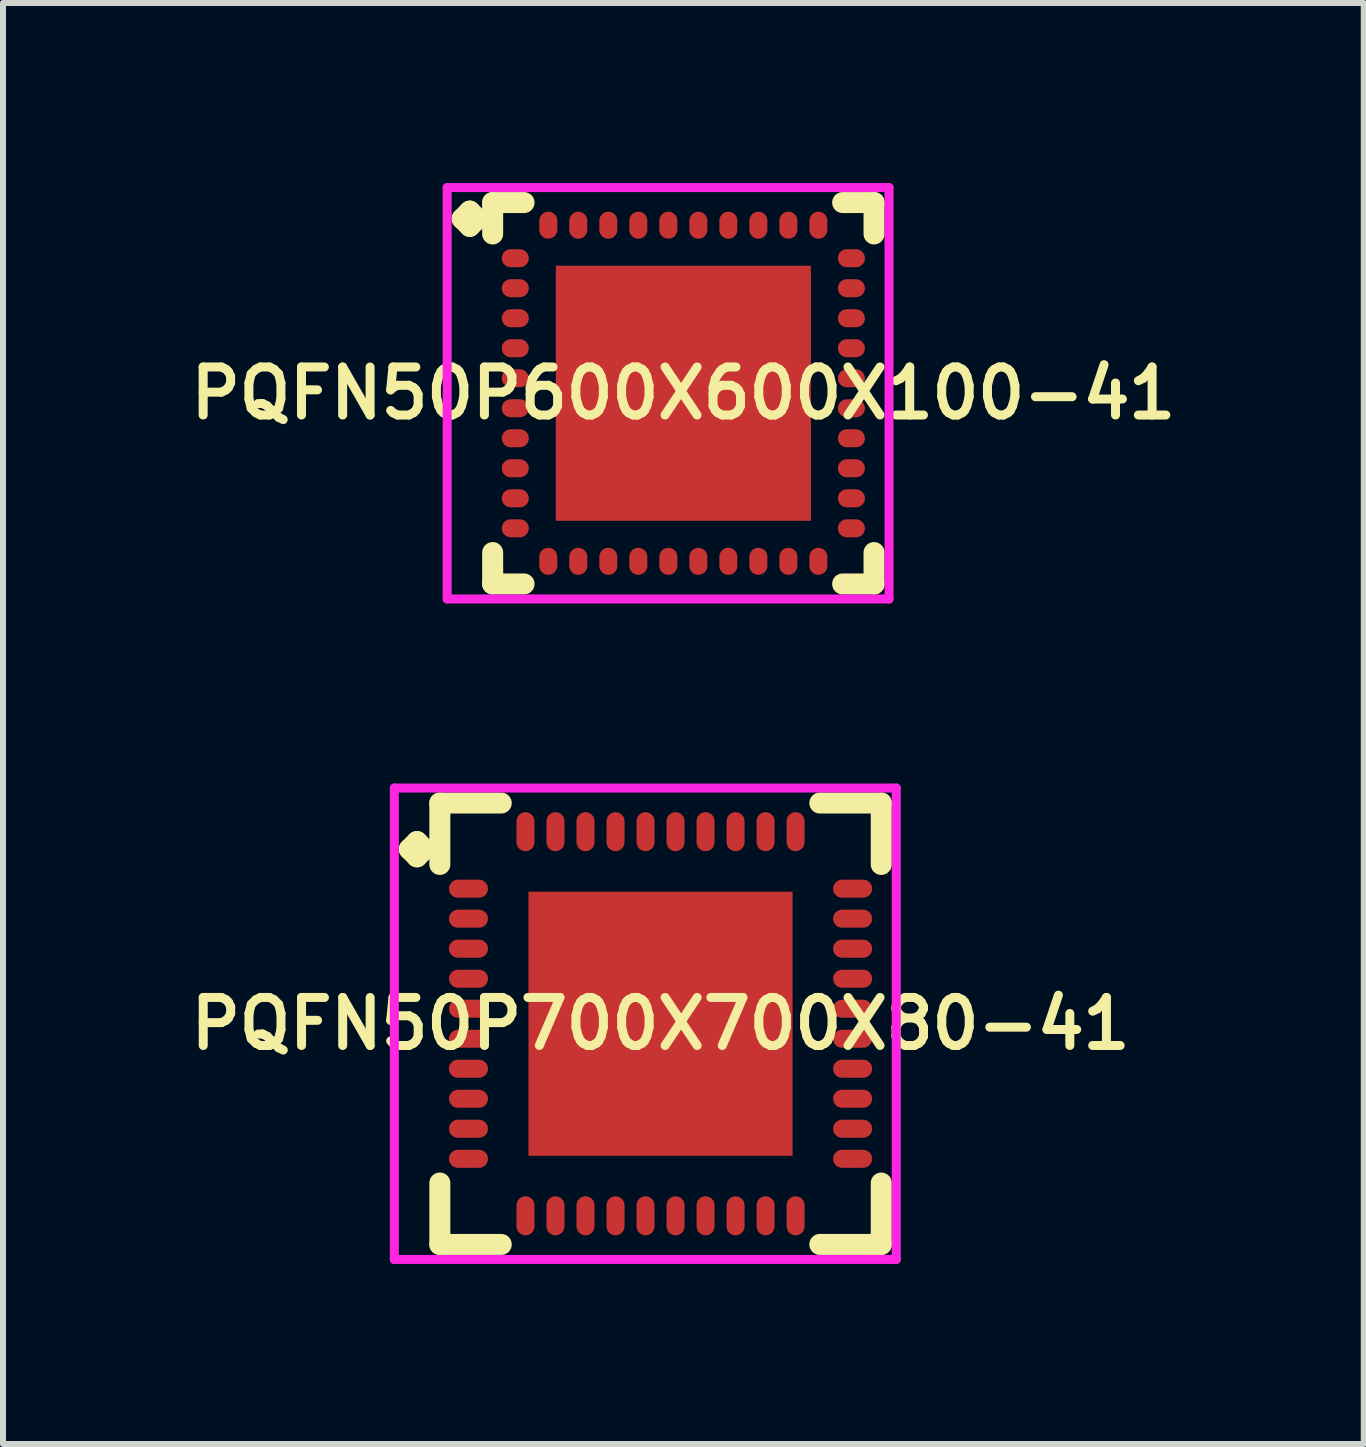
<source format=kicad_pcb>
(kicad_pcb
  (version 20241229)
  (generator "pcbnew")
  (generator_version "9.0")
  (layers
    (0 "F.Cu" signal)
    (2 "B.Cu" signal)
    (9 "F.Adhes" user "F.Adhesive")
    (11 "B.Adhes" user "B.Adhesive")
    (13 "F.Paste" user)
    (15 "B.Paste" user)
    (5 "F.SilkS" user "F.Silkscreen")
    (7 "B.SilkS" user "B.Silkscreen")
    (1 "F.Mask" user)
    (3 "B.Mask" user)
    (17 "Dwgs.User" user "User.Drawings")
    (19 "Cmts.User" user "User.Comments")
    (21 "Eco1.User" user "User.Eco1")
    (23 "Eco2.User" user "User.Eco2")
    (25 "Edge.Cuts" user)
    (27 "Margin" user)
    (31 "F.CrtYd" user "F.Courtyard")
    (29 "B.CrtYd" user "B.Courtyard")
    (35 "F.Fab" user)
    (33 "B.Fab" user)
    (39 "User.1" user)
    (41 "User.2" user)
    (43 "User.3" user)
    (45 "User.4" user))
  (footprint "PQFN50P700X700X80-41"
    (layer "F.Cu")
    (at 7.955 14.006)
    (property "Reference" "PQFN50P700X700X80-41" (at 0 0 0) (layer "F.SilkS") (effects (font (size 0.8 0.8) (thickness 0.15))))
    (attr smd)
    (fp_line (start -4.185 -2.908) (end -4.058 -3.035) (stroke (width 0.35) (type solid)) (layer "F.SilkS"))
    (fp_line (start -4.058 -3.035) (end -3.931 -2.908) (stroke (width 0.35) (type solid)) (layer "F.SilkS"))
    (fp_line (start -4.058 -2.781) (end -4.185 -2.908) (stroke (width 0.35) (type solid)) (layer "F.SilkS"))
    (fp_line (start -3.931 -2.908) (end -4.058 -2.781) (stroke (width 0.35) (type solid)) (layer "F.SilkS"))
    (fp_line (start -3.677 -3.677) (end -2.654 -3.677) (stroke (width 0.35) (type solid)) (layer "F.SilkS"))
    (fp_line (start -3.677 -2.654) (end -3.677 -3.677) (stroke (width 0.35) (type solid)) (layer "F.SilkS"))
    (fp_line (start -3.677 2.654) (end -3.677 3.677) (stroke (width 0.35) (type solid)) (layer "F.SilkS"))
    (fp_line (start -3.677 3.677) (end -2.654 3.677) (stroke (width 0.35) (type solid)) (layer "F.SilkS"))
    (fp_line (start 2.654 -3.677) (end 3.677 -3.677) (stroke (width 0.35) (type solid)) (layer "F.SilkS"))
    (fp_line (start 2.654 3.677) (end 3.677 3.677) (stroke (width 0.35) (type solid)) (layer "F.SilkS"))
    (fp_line (start 3.677 -3.677) (end 3.677 -2.654) (stroke (width 0.35) (type solid)) (layer "F.SilkS"))
    (fp_line (start 3.677 3.677) (end 3.677 2.654) (stroke (width 0.35) (type solid)) (layer "F.SilkS"))
    (fp_line (start -4.435 -3.927) (end 3.927 -3.927) (stroke (width 0.15) (type solid)) (layer "F.CrtYd"))
    (fp_line (start -4.435 3.927) (end -4.435 -3.927) (stroke (width 0.15) (type solid)) (layer "F.CrtYd"))
    (fp_line (start 3.927 -3.927) (end 3.927 3.927) (stroke (width 0.15) (type solid)) (layer "F.CrtYd"))
    (fp_line (start 3.927 3.927) (end -4.435 3.927) (stroke (width 0.15) (type solid)) (layer "F.CrtYd"))
    (pad "1" smd oval (at -3.2 -2.25) (size 0.65 0.3) (layers "F.Cu" "F.Mask" "F.Paste"))
    (pad "2" smd oval (at -3.2 -1.75) (size 0.65 0.3) (layers "F.Cu" "F.Mask" "F.Paste"))
    (pad "3" smd oval (at -3.2 -1.25) (size 0.65 0.3) (layers "F.Cu" "F.Mask" "F.Paste"))
    (pad "4" smd oval (at -3.2 -0.75) (size 0.65 0.3) (layers "F.Cu" "F.Mask" "F.Paste"))
    (pad "5" smd oval (at -3.2 -0.25) (size 0.65 0.3) (layers "F.Cu" "F.Mask" "F.Paste"))
    (pad "6" smd oval (at -3.2 0.25) (size 0.65 0.3) (layers "F.Cu" "F.Mask" "F.Paste"))
    (pad "7" smd oval (at -3.2 0.75) (size 0.65 0.3) (layers "F.Cu" "F.Mask" "F.Paste"))
    (pad "8" smd oval (at -3.2 1.25) (size 0.65 0.3) (layers "F.Cu" "F.Mask" "F.Paste"))
    (pad "9" smd oval (at -3.2 1.75) (size 0.65 0.3) (layers "F.Cu" "F.Mask" "F.Paste"))
    (pad "10" smd oval (at -3.2 2.25) (size 0.65 0.3) (layers "F.Cu" "F.Mask" "F.Paste"))
    (pad "11" smd oval (at -2.25 3.2) (size 0.3 0.65) (layers "F.Cu" "F.Mask" "F.Paste"))
    (pad "12" smd oval (at -1.75 3.2) (size 0.3 0.65) (layers "F.Cu" "F.Mask" "F.Paste"))
    (pad "13" smd oval (at -1.25 3.2) (size 0.3 0.65) (layers "F.Cu" "F.Mask" "F.Paste"))
    (pad "14" smd oval (at -0.75 3.2) (size 0.3 0.65) (layers "F.Cu" "F.Mask" "F.Paste"))
    (pad "15" smd oval (at -0.25 3.2) (size 0.3 0.65) (layers "F.Cu" "F.Mask" "F.Paste"))
    (pad "16" smd oval (at 0.25 3.2) (size 0.3 0.65) (layers "F.Cu" "F.Mask" "F.Paste"))
    (pad "17" smd oval (at 0.75 3.2) (size 0.3 0.65) (layers "F.Cu" "F.Mask" "F.Paste"))
    (pad "18" smd oval (at 1.25 3.2) (size 0.3 0.65) (layers "F.Cu" "F.Mask" "F.Paste"))
    (pad "19" smd oval (at 1.75 3.2) (size 0.3 0.65) (layers "F.Cu" "F.Mask" "F.Paste"))
    (pad "20" smd oval (at 2.25 3.2) (size 0.3 0.65) (layers "F.Cu" "F.Mask" "F.Paste"))
    (pad "21" smd oval (at 3.2 2.25) (size 0.65 0.3) (layers "F.Cu" "F.Mask" "F.Paste"))
    (pad "22" smd oval (at 3.2 1.75) (size 0.65 0.3) (layers "F.Cu" "F.Mask" "F.Paste"))
    (pad "23" smd oval (at 3.2 1.25) (size 0.65 0.3) (layers "F.Cu" "F.Mask" "F.Paste"))
    (pad "24" smd oval (at 3.2 0.75) (size 0.65 0.3) (layers "F.Cu" "F.Mask" "F.Paste"))
    (pad "25" smd oval (at 3.2 0.25) (size 0.65 0.3) (layers "F.Cu" "F.Mask" "F.Paste"))
    (pad "26" smd oval (at 3.2 -0.25) (size 0.65 0.3) (layers "F.Cu" "F.Mask" "F.Paste"))
    (pad "27" smd oval (at 3.2 -0.75) (size 0.65 0.3) (layers "F.Cu" "F.Mask" "F.Paste"))
    (pad "28" smd oval (at 3.2 -1.25) (size 0.65 0.3) (layers "F.Cu" "F.Mask" "F.Paste"))
    (pad "29" smd oval (at 3.2 -1.75) (size 0.65 0.3) (layers "F.Cu" "F.Mask" "F.Paste"))
    (pad "30" smd oval (at 3.2 -2.25) (size 0.65 0.3) (layers "F.Cu" "F.Mask" "F.Paste"))
    (pad "31" smd oval (at 2.25 -3.2) (size 0.3 0.65) (layers "F.Cu" "F.Mask" "F.Paste"))
    (pad "32" smd oval (at 1.75 -3.2) (size 0.3 0.65) (layers "F.Cu" "F.Mask" "F.Paste"))
    (pad "33" smd oval (at 1.25 -3.2) (size 0.3 0.65) (layers "F.Cu" "F.Mask" "F.Paste"))
    (pad "34" smd oval (at 0.75 -3.2) (size 0.3 0.65) (layers "F.Cu" "F.Mask" "F.Paste"))
    (pad "35" smd oval (at 0.25 -3.2) (size 0.3 0.65) (layers "F.Cu" "F.Mask" "F.Paste"))
    (pad "36" smd oval (at -0.25 -3.2) (size 0.3 0.65) (layers "F.Cu" "F.Mask" "F.Paste"))
    (pad "37" smd oval (at -0.75 -3.2) (size 0.3 0.65) (layers "F.Cu" "F.Mask" "F.Paste"))
    (pad "38" smd oval (at -1.25 -3.2) (size 0.3 0.65) (layers "F.Cu" "F.Mask" "F.Paste"))
    (pad "39" smd oval (at -1.75 -3.2) (size 0.3 0.65) (layers "F.Cu" "F.Mask" "F.Paste"))
    (pad "40" smd oval (at -2.25 -3.2) (size 0.3 0.65) (layers "F.Cu" "F.Mask" "F.Paste"))
    (pad "41" smd rect (at 0 0) (size 4.4 4.4) (layers "F.Cu" "F.Mask" "F.Paste")))
  (footprint "PQFN50P600X600X100-41"
    (layer "F.Cu")
    (at 8.335 3.502)
    (property "Reference" "PQFN50P600X600X100-41" (at 0 0 0) (layer "F.SilkS") (effects (font (size 0.8 0.8) (thickness 0.15))))
    (attr smd)
    (fp_line (start -3.685 -2.908) (end -3.558 -3.035) (stroke (width 0.35) (type solid)) (layer "F.SilkS"))
    (fp_line (start -3.558 -3.035) (end -3.431 -2.908) (stroke (width 0.35) (type solid)) (layer "F.SilkS"))
    (fp_line (start -3.558 -2.781) (end -3.685 -2.908) (stroke (width 0.35) (type solid)) (layer "F.SilkS"))
    (fp_line (start -3.431 -2.908) (end -3.558 -2.781) (stroke (width 0.35) (type solid)) (layer "F.SilkS"))
    (fp_line (start -3.177 -3.177) (end -2.654 -3.177) (stroke (width 0.35) (type solid)) (layer "F.SilkS"))
    (fp_line (start -3.177 -2.654) (end -3.177 -3.177) (stroke (width 0.35) (type solid)) (layer "F.SilkS"))
    (fp_line (start -3.177 2.654) (end -3.177 3.177) (stroke (width 0.35) (type solid)) (layer "F.SilkS"))
    (fp_line (start -3.177 3.177) (end -2.654 3.177) (stroke (width 0.35) (type solid)) (layer "F.SilkS"))
    (fp_line (start 2.654 -3.177) (end 3.177 -3.177) (stroke (width 0.35) (type solid)) (layer "F.SilkS"))
    (fp_line (start 2.654 3.177) (end 3.177 3.177) (stroke (width 0.35) (type solid)) (layer "F.SilkS"))
    (fp_line (start 3.177 -3.177) (end 3.177 -2.654) (stroke (width 0.35) (type solid)) (layer "F.SilkS"))
    (fp_line (start 3.177 3.177) (end 3.177 2.654) (stroke (width 0.35) (type solid)) (layer "F.SilkS"))
    (fp_line (start -3.935 -3.427) (end 3.427 -3.427) (stroke (width 0.15) (type solid)) (layer "F.CrtYd"))
    (fp_line (start -3.935 3.427) (end -3.935 -3.427) (stroke (width 0.15) (type solid)) (layer "F.CrtYd"))
    (fp_line (start 3.427 -3.427) (end 3.427 3.427) (stroke (width 0.15) (type solid)) (layer "F.CrtYd"))
    (fp_line (start 3.427 3.427) (end -3.935 3.427) (stroke (width 0.15) (type solid)) (layer "F.CrtYd"))
    (pad "1" smd oval (at -2.8 -2.25) (size 0.45 0.3) (layers "F.Cu" "F.Mask" "F.Paste"))
    (pad "2" smd oval (at -2.8 -1.75) (size 0.45 0.3) (layers "F.Cu" "F.Mask" "F.Paste"))
    (pad "3" smd oval (at -2.8 -1.25) (size 0.45 0.3) (layers "F.Cu" "F.Mask" "F.Paste"))
    (pad "4" smd oval (at -2.8 -0.75) (size 0.45 0.3) (layers "F.Cu" "F.Mask" "F.Paste"))
    (pad "5" smd oval (at -2.8 -0.25) (size 0.45 0.3) (layers "F.Cu" "F.Mask" "F.Paste"))
    (pad "6" smd oval (at -2.8 0.25) (size 0.45 0.3) (layers "F.Cu" "F.Mask" "F.Paste"))
    (pad "7" smd oval (at -2.8 0.75) (size 0.45 0.3) (layers "F.Cu" "F.Mask" "F.Paste"))
    (pad "8" smd oval (at -2.8 1.25) (size 0.45 0.3) (layers "F.Cu" "F.Mask" "F.Paste"))
    (pad "9" smd oval (at -2.8 1.75) (size 0.45 0.3) (layers "F.Cu" "F.Mask" "F.Paste"))
    (pad "10" smd oval (at -2.8 2.25) (size 0.45 0.3) (layers "F.Cu" "F.Mask" "F.Paste"))
    (pad "11" smd oval (at -2.25 2.8) (size 0.3 0.45) (layers "F.Cu" "F.Mask" "F.Paste"))
    (pad "12" smd oval (at -1.75 2.8) (size 0.3 0.45) (layers "F.Cu" "F.Mask" "F.Paste"))
    (pad "13" smd oval (at -1.25 2.8) (size 0.3 0.45) (layers "F.Cu" "F.Mask" "F.Paste"))
    (pad "14" smd oval (at -0.75 2.8) (size 0.3 0.45) (layers "F.Cu" "F.Mask" "F.Paste"))
    (pad "15" smd oval (at -0.25 2.8) (size 0.3 0.45) (layers "F.Cu" "F.Mask" "F.Paste"))
    (pad "16" smd oval (at 0.25 2.8) (size 0.3 0.45) (layers "F.Cu" "F.Mask" "F.Paste"))
    (pad "17" smd oval (at 0.75 2.8) (size 0.3 0.45) (layers "F.Cu" "F.Mask" "F.Paste"))
    (pad "18" smd oval (at 1.25 2.8) (size 0.3 0.45) (layers "F.Cu" "F.Mask" "F.Paste"))
    (pad "19" smd oval (at 1.75 2.8) (size 0.3 0.45) (layers "F.Cu" "F.Mask" "F.Paste"))
    (pad "20" smd oval (at 2.25 2.8) (size 0.3 0.45) (layers "F.Cu" "F.Mask" "F.Paste"))
    (pad "21" smd oval (at 2.8 2.25) (size 0.45 0.3) (layers "F.Cu" "F.Mask" "F.Paste"))
    (pad "22" smd oval (at 2.8 1.75) (size 0.45 0.3) (layers "F.Cu" "F.Mask" "F.Paste"))
    (pad "23" smd oval (at 2.8 1.25) (size 0.45 0.3) (layers "F.Cu" "F.Mask" "F.Paste"))
    (pad "24" smd oval (at 2.8 0.75) (size 0.45 0.3) (layers "F.Cu" "F.Mask" "F.Paste"))
    (pad "25" smd oval (at 2.8 0.25) (size 0.45 0.3) (layers "F.Cu" "F.Mask" "F.Paste"))
    (pad "26" smd oval (at 2.8 -0.25) (size 0.45 0.3) (layers "F.Cu" "F.Mask" "F.Paste"))
    (pad "27" smd oval (at 2.8 -0.75) (size 0.45 0.3) (layers "F.Cu" "F.Mask" "F.Paste"))
    (pad "28" smd oval (at 2.8 -1.25) (size 0.45 0.3) (layers "F.Cu" "F.Mask" "F.Paste"))
    (pad "29" smd oval (at 2.8 -1.75) (size 0.45 0.3) (layers "F.Cu" "F.Mask" "F.Paste"))
    (pad "30" smd oval (at 2.8 -2.25) (size 0.45 0.3) (layers "F.Cu" "F.Mask" "F.Paste"))
    (pad "31" smd oval (at 2.25 -2.8) (size 0.3 0.45) (layers "F.Cu" "F.Mask" "F.Paste"))
    (pad "32" smd oval (at 1.75 -2.8) (size 0.3 0.45) (layers "F.Cu" "F.Mask" "F.Paste"))
    (pad "33" smd oval (at 1.25 -2.8) (size 0.3 0.45) (layers "F.Cu" "F.Mask" "F.Paste"))
    (pad "34" smd oval (at 0.75 -2.8) (size 0.3 0.45) (layers "F.Cu" "F.Mask" "F.Paste"))
    (pad "35" smd oval (at 0.25 -2.8) (size 0.3 0.45) (layers "F.Cu" "F.Mask" "F.Paste"))
    (pad "36" smd oval (at -0.25 -2.8) (size 0.3 0.45) (layers "F.Cu" "F.Mask" "F.Paste"))
    (pad "37" smd oval (at -0.75 -2.8) (size 0.3 0.45) (layers "F.Cu" "F.Mask" "F.Paste"))
    (pad "38" smd oval (at -1.25 -2.8) (size 0.3 0.45) (layers "F.Cu" "F.Mask" "F.Paste"))
    (pad "39" smd oval (at -1.75 -2.8) (size 0.3 0.45) (layers "F.Cu" "F.Mask" "F.Paste"))
    (pad "40" smd oval (at -2.25 -2.8) (size 0.3 0.45) (layers "F.Cu" "F.Mask" "F.Paste"))
    (pad "41" smd rect (at 0 0) (size 4.25 4.25) (layers "F.Cu" "F.Mask" "F.Paste")))
  (gr_rect
    (start -3 -3)
    (end 19.671 21.008)
    (stroke (width 0.1) (type default))
    (fill no)
    (layer "Edge.Cuts")))
</source>
